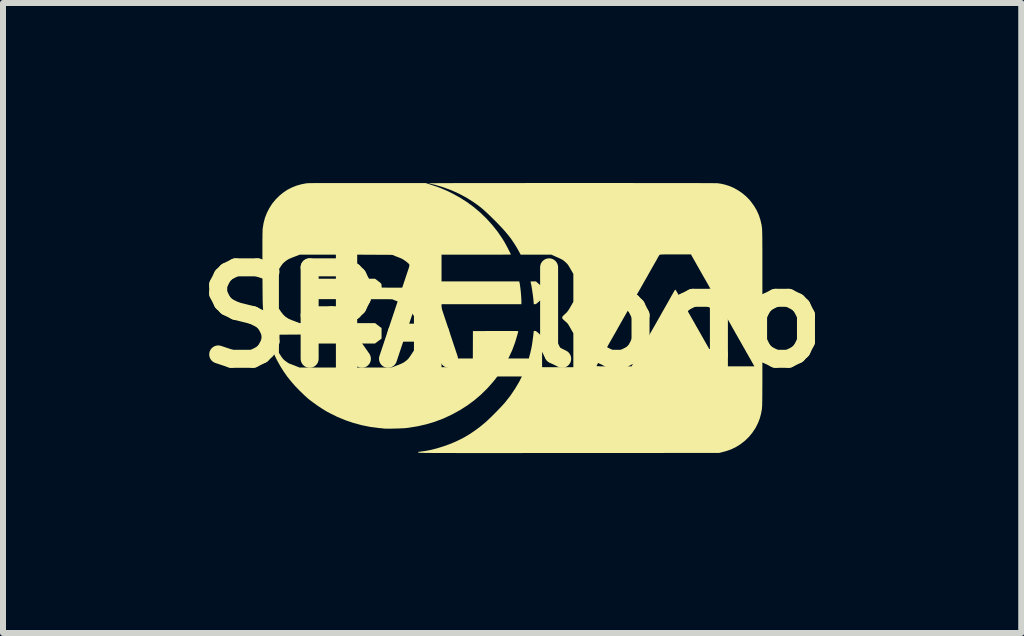
<source format=kicad_pcb>
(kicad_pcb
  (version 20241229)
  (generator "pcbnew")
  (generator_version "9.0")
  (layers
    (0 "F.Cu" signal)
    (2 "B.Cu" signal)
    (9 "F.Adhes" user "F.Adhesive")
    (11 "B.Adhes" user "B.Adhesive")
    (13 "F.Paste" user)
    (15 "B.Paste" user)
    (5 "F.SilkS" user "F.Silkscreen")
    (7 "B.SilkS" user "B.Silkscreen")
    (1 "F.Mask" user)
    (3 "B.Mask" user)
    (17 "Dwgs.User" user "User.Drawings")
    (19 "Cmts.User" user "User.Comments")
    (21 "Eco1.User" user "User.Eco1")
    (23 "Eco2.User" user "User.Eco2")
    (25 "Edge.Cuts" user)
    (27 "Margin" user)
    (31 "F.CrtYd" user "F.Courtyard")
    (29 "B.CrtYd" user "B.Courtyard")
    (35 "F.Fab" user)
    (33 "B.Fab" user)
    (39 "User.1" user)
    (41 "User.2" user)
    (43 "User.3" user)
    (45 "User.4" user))
  (footprint "SRA_logo"
    (layer "F.Cu")
    (at 5.486 2.241)
    (property "Reference" "SRA_logo" (at 0 0 0) (layer "F.SilkS") (effects (font (size 1.524 1.524) (thickness 0.3))))
    (attr board_only exclude_from_pos_files exclude_from_bom)
    (fp_poly (pts (xy 0.398 -0.6) (xy 0.449 -0.555) (xy 0.5 -0.51) (xy 0.5 -0.311) (xy 0.449 -0.266) (xy 0.428 -0.247) (xy 0.412 -0.234) (xy 0.401 -0.226) (xy 0.392 -0.222) (xy 0.384 -0.22) (xy 0.38 -0.22) (xy 0.362 -0.22) (xy 0.358 -0.261) (xy 0.355 -0.296) (xy 0.351 -0.334) (xy 0.346 -0.374) (xy 0.34 -0.415) (xy 0.334 -0.456) (xy 0.328 -0.494) (xy 0.322 -0.528) (xy 0.316 -0.557) (xy 0.311 -0.579) (xy 0.308 -0.592) (xy 0.307 -0.596) (xy 0.31 -0.598) (xy 0.318 -0.6) (xy 0.333 -0.6) (xy 0.351 -0.6)) (stroke (width 0) (type solid)) (fill yes) (layer "F.SilkS"))
    (fp_poly (pts (xy -2.676 -2.24) (xy -2.562 -2.24) (xy -2.439 -2.24) (xy -2.401 -2.24) (xy -1.438 -2.239) (xy -1.363 -2.215) (xy -1.294 -2.192) (xy -1.233 -2.171) (xy -1.175 -2.149) (xy -1.12 -2.125) (xy -1.063 -2.1) (xy -1.003 -2.07) (xy -1.001 -2.069) (xy -0.876 -2.001) (xy -0.756 -1.925) (xy -0.641 -1.841) (xy -0.532 -1.749) (xy -0.429 -1.65) (xy -0.333 -1.544) (xy -0.244 -1.433) (xy -0.164 -1.316) (xy -0.124 -1.251) (xy -0.115 -1.234) (xy -0.103 -1.213) (xy -0.09 -1.188) (xy -0.076 -1.162) (xy -0.062 -1.135) (xy -0.049 -1.109) (xy -0.037 -1.086) (xy -0.028 -1.067) (xy -0.022 -1.054) (xy -0.02 -1.048) (xy -0.025 -1.048) (xy -0.039 -1.048) (xy -0.062 -1.047) (xy -0.093 -1.047) (xy -0.132 -1.047) (xy -0.178 -1.046) (xy -0.23 -1.046) (xy -0.287 -1.046) (xy -0.35 -1.046) (xy -0.416 -1.046) (xy -0.487 -1.046) (xy -0.561 -1.046) (xy -0.598 -1.046) (xy -1.176 -1.046) (xy -1.176 -0.6) (xy 0.12 -0.6) (xy 0.122 -0.589) (xy 0.129 -0.554) (xy 0.135 -0.512) (xy 0.141 -0.465) (xy 0.146 -0.416) (xy 0.15 -0.367) (xy 0.153 -0.322) (xy 0.155 -0.282) (xy 0.155 -0.266) (xy 0.155 -0.22) (xy -1.176 -0.22) (xy -1.176 0.83) (xy -0.655 0.83) (xy -0.654 0.529) (xy -0.653 0.228) (xy -0.274 0.226) (xy -0.203 0.226) (xy -0.142 0.226) (xy -0.089 0.226) (xy -0.044 0.226) (xy -0.007 0.226) (xy 0.023 0.226) (xy 0.048 0.226) (xy 0.067 0.227) (xy 0.081 0.228) (xy 0.091 0.228) (xy 0.098 0.229) (xy 0.101 0.23) (xy 0.103 0.232) (xy 0.103 0.233) (xy 0.103 0.234) (xy 0.101 0.242) (xy 0.097 0.258) (xy 0.091 0.278) (xy 0.087 0.293) (xy 0.049 0.42) (xy 0.002 0.546) (xy -0.055 0.669) (xy -0.119 0.79) (xy -0.191 0.906) (xy -0.271 1.017) (xy -0.32 1.078) (xy -0.416 1.186) (xy -0.519 1.287) (xy -0.628 1.38) (xy -0.743 1.465) (xy -0.865 1.543) (xy -0.994 1.614) (xy -1.016 1.625) (xy -1.15 1.687) (xy -1.288 1.739) (xy -1.428 1.781) (xy -1.572 1.814) (xy -1.719 1.838) (xy -1.767 1.844) (xy -1.79 1.846) (xy -1.819 1.848) (xy -1.854 1.849) (xy -1.893 1.851) (xy -1.933 1.852) (xy -1.974 1.853) (xy -2.014 1.854) (xy -2.05 1.854) (xy -2.081 1.854) (xy -2.106 1.854) (xy -2.123 1.853) (xy -2.124 1.853) (xy -2.136 1.852) (xy -2.155 1.85) (xy -2.18 1.847) (xy -2.208 1.845) (xy -2.223 1.843) (xy -2.364 1.825) (xy -2.503 1.797) (xy -2.642 1.76) (xy -2.778 1.714) (xy -2.911 1.659) (xy -3.038 1.596) (xy -3.087 1.57) (xy -3.129 1.545) (xy -3.176 1.515) (xy -3.225 1.483) (xy -3.274 1.449) (xy -3.321 1.415) (xy -3.362 1.384) (xy -3.377 1.373) (xy -3.4 1.354) (xy -3.428 1.329) (xy -3.459 1.301) (xy -3.491 1.27) (xy -3.523 1.239) (xy -3.545 1.218) (xy -3.62 1.14) (xy -3.687 1.063) (xy -3.749 0.985) (xy -3.806 0.904) (xy -3.86 0.818) (xy -3.873 0.795) (xy -3.914 0.722) (xy -3.953 0.644) (xy -3.977 0.59) (xy -3.887 0.59) (xy -3.853 0.643) (xy -3.835 0.67) (xy -3.818 0.691) (xy -3.802 0.707) (xy -3.79 0.718) (xy -3.765 0.736) (xy -3.746 0.75) (xy -3.731 0.76) (xy -3.718 0.767) (xy -3.706 0.772) (xy -3.697 0.775) (xy -3.682 0.781) (xy -3.66 0.789) (xy -3.635 0.799) (xy -3.608 0.809) (xy -3.607 0.81) (xy -3.545 0.835) (xy -3.241 0.835) (xy -2.937 0.835) (xy -2.937 0.435) (xy -3.265 0.435) (xy -3.315 0.397) (xy -3.334 0.382) (xy -3.351 0.369) (xy -3.364 0.358) (xy -3.371 0.352) (xy -3.371 0.351) (xy -3.374 0.342) (xy -3.376 0.327) (xy -3.377 0.314) (xy -3.377 0.285) (xy -3.631 0.286) (xy -3.885 0.288) (xy -3.886 0.439) (xy -3.887 0.59) (xy -3.977 0.59) (xy -3.988 0.566) (xy -4.02 0.487) (xy -4.047 0.411) (xy -4.069 0.339) (xy -4.082 0.283) (xy -4.088 0.259) (xy -4.093 0.238) (xy -4.098 0.221) (xy -4.1 0.215) (xy -4.105 0.199) (xy -4.11 0.175) (xy -4.116 0.144) (xy -4.122 0.11) (xy -4.128 0.074) (xy -4.133 0.038) (xy -4.135 0.021) (xy -4.139 -0.008) (xy -4.142 -0.035) (xy -4.145 -0.061) (xy -4.147 -0.085) (xy -4.149 -0.11) (xy -4.151 -0.134) (xy -4.153 -0.16) (xy -4.154 -0.187) (xy -4.156 -0.217) (xy -4.157 -0.25) (xy -4.158 -0.287) (xy -4.158 -0.328) (xy -4.159 -0.374) (xy -4.159 -0.426) (xy -4.16 -0.484) (xy -4.16 -0.55) (xy -4.161 -0.623) (xy -4.161 -0.705) (xy -4.161 -0.796) (xy -4.161 -0.802) (xy -3.887 -0.802) (xy -3.887 -0.475) (xy -3.887 -0.148) (xy -3.854 -0.097) (xy -3.817 -0.049) (xy -3.776 -0.01) (xy -3.73 0.02) (xy -3.685 0.04) (xy -3.67 0.046) (xy -3.649 0.054) (xy -3.624 0.063) (xy -3.602 0.072) (xy -3.545 0.094) (xy -3.241 0.095) (xy -2.937 0.095) (xy -2.937 -0.305) (xy -3.267 -0.305) (xy -3.268 -0.305) (xy -2.582 -0.305) (xy -2.582 0.095) (xy -2.283 0.095) (xy -2.246 0.124) (xy -2.227 0.138) (xy -2.21 0.152) (xy -2.196 0.162) (xy -2.193 0.164) (xy -2.176 0.176) (xy -2.176 0.264) (xy -2.176 0.353) (xy -2.231 0.394) (xy -2.285 0.435) (xy -2.582 0.435) (xy -2.582 0.835) (xy -2.294 0.835) (xy -2.231 0.835) (xy -2.178 0.835) (xy -2.133 0.835) (xy -2.096 0.835) (xy -2.066 0.834) (xy -2.042 0.834) (xy -2.024 0.833) (xy -2.01 0.832) (xy -2 0.831) (xy -1.993 0.829) (xy -1.99 0.828) (xy -1.979 0.824) (xy -1.961 0.816) (xy -1.939 0.808) (xy -1.919 0.8) (xy -1.884 0.787) (xy -1.856 0.775) (xy -1.834 0.765) (xy -1.816 0.756) (xy -1.799 0.746) (xy -1.782 0.734) (xy -1.77 0.724) (xy -1.754 0.712) (xy -1.741 0.7) (xy -1.729 0.687) (xy -1.716 0.671) (xy -1.702 0.65) (xy -1.683 0.623) (xy -1.683 0.622) (xy -1.636 0.551) (xy -1.636 0.264) (xy -1.636 -0.023) (xy -1.676 -0.083) (xy -1.694 -0.11) (xy -1.708 -0.131) (xy -1.718 -0.146) (xy -1.728 -0.158) (xy -1.736 -0.167) (xy -1.746 -0.176) (xy -1.758 -0.186) (xy -1.772 -0.197) (xy -1.791 -0.211) (xy -1.807 -0.222) (xy -1.823 -0.231) (xy -1.843 -0.24) (xy -1.866 -0.25) (xy -1.897 -0.262) (xy -1.899 -0.263) (xy -1.922 -0.272) (xy -1.948 -0.282) (xy -1.966 -0.289) (xy -1.999 -0.303) (xy -2.29 -0.304) (xy -2.582 -0.305) (xy -3.268 -0.305) (xy -3.319 -0.345) (xy -3.339 -0.361) (xy -3.355 -0.375) (xy -3.368 -0.386) (xy -3.374 -0.393) (xy -3.374 -0.393) (xy -3.375 -0.401) (xy -3.376 -0.416) (xy -3.377 -0.438) (xy -3.377 -0.464) (xy -3.377 -0.478) (xy -3.377 -0.508) (xy -3.377 -0.53) (xy -3.374 -0.547) (xy -3.37 -0.56) (xy -3.361 -0.571) (xy -3.348 -0.583) (xy -3.329 -0.597) (xy -3.312 -0.61) (xy -3.266 -0.645) (xy -2.937 -0.645) (xy -2.937 -1.046) (xy -3.54 -1.046) (xy -3.635 -1.009) (xy -3.669 -0.996) (xy -3.695 -0.985) (xy -3.716 -0.976) (xy -3.733 -0.967) (xy -3.748 -0.958) (xy -3.764 -0.947) (xy -3.774 -0.939) (xy -3.792 -0.925) (xy -3.807 -0.912) (xy -3.82 -0.899) (xy -3.833 -0.883) (xy -3.848 -0.862) (xy -3.865 -0.836) (xy -3.869 -0.83) (xy -3.887 -0.802) (xy -4.161 -0.802) (xy -4.161 -0.82) (xy -4.162 -0.922) (xy -4.162 -1.014) (xy -4.162 -1.046) (xy -2.582 -1.046) (xy -2.582 -0.645) (xy -2.285 -0.645) (xy -2.247 -0.617) (xy -2.222 -0.597) (xy -2.203 -0.583) (xy -2.191 -0.572) (xy -2.183 -0.563) (xy -2.178 -0.554) (xy -2.177 -0.546) (xy -2.176 -0.535) (xy -2.176 -0.531) (xy -2.176 -0.514) (xy -2.174 -0.503) (xy -2.173 -0.499) (xy -2.167 -0.498) (xy -2.153 -0.497) (xy -2.13 -0.497) (xy -2.1 -0.497) (xy -2.064 -0.496) (xy -2.023 -0.496) (xy -1.977 -0.496) (xy -1.927 -0.496) (xy -1.904 -0.496) (xy -1.638 -0.498) (xy -1.637 -0.629) (xy -1.636 -0.761) (xy -1.673 -0.817) (xy -1.687 -0.839) (xy -1.7 -0.858) (xy -1.709 -0.874) (xy -1.715 -0.884) (xy -1.716 -0.884) (xy -1.724 -0.896) (xy -1.74 -0.91) (xy -1.76 -0.927) (xy -1.783 -0.944) (xy -1.807 -0.96) (xy -1.829 -0.974) (xy -1.849 -0.984) (xy -1.852 -0.985) (xy -1.872 -0.993) (xy -1.898 -1.003) (xy -1.926 -1.014) (xy -1.944 -1.021) (xy -1.999 -1.043) (xy -2.582 -1.046) (xy -4.162 -1.046) (xy -4.162 -1.097) (xy -4.162 -1.171) (xy -4.162 -1.236) (xy -4.162 -1.293) (xy -4.161 -1.342) (xy -4.161 -1.383) (xy -4.16 -1.417) (xy -4.159 -1.444) (xy -4.159 -1.464) (xy -4.158 -1.479) (xy -4.157 -1.481) (xy -4.143 -1.571) (xy -4.12 -1.659) (xy -4.087 -1.743) (xy -4.046 -1.823) (xy -3.997 -1.899) (xy -3.939 -1.969) (xy -3.874 -2.033) (xy -3.811 -2.084) (xy -3.745 -2.128) (xy -3.672 -2.165) (xy -3.595 -2.196) (xy -3.515 -2.219) (xy -3.437 -2.234) (xy -3.415 -2.237) (xy -3.403 -2.237) (xy -3.382 -2.238) (xy -3.351 -2.238) (xy -3.31 -2.239) (xy -3.261 -2.239) (xy -3.202 -2.24) (xy -3.135 -2.24) (xy -3.06 -2.24) (xy -2.976 -2.24) (xy -2.884 -2.24) (xy -2.784 -2.24)) (stroke (width 0) (type solid)) (fill yes) (layer "F.SilkS"))
    (fp_poly (pts (xy 1.263 -2.241) (xy 1.396 -2.241) (xy 1.528 -2.241) (xy 1.659 -2.241) (xy 1.788 -2.241) (xy 1.915 -2.241) (xy 2.039 -2.24) (xy 2.16 -2.24) (xy 2.278 -2.24) (xy 2.393 -2.24) (xy 2.503 -2.24) (xy 2.609 -2.24) (xy 2.711 -2.24) (xy 2.807 -2.239) (xy 2.898 -2.239) (xy 2.983 -2.239) (xy 3.062 -2.239) (xy 3.134 -2.239) (xy 3.199 -2.238) (xy 3.257 -2.238) (xy 3.308 -2.238) (xy 3.35 -2.238) (xy 3.384 -2.237) (xy 3.409 -2.237) (xy 3.425 -2.237) (xy 3.431 -2.236) (xy 3.49 -2.227) (xy 3.553 -2.212) (xy 3.616 -2.192) (xy 3.675 -2.168) (xy 3.712 -2.15) (xy 3.779 -2.111) (xy 3.843 -2.066) (xy 3.902 -2.016) (xy 3.954 -1.963) (xy 3.977 -1.936) (xy 4.031 -1.862) (xy 4.076 -1.787) (xy 4.112 -1.708) (xy 4.139 -1.626) (xy 4.159 -1.539) (xy 4.162 -1.516) (xy 4.163 -1.509) (xy 4.164 -1.502) (xy 4.165 -1.495) (xy 4.166 -1.487) (xy 4.167 -1.478) (xy 4.167 -1.467) (xy 4.168 -1.455) (xy 4.168 -1.441) (xy 4.169 -1.424) (xy 4.169 -1.404) (xy 4.17 -1.38) (xy 4.17 -1.354) (xy 4.171 -1.323) (xy 4.171 -1.288) (xy 4.171 -1.248) (xy 4.171 -1.204) (xy 4.172 -1.154) (xy 4.172 -1.098) (xy 4.172 -1.036) (xy 4.172 -0.968) (xy 4.172 -0.893) (xy 4.172 -0.811) (xy 4.172 -0.721) (xy 4.172 -0.623) (xy 4.172 -0.518) (xy 4.172 -0.404) (xy 4.172 -0.28) (xy 4.172 -0.148) (xy 4.172 -0.006) (xy 4.172 0.01) (xy 4.172 0.153) (xy 4.172 0.287) (xy 4.172 0.411) (xy 4.172 0.527) (xy 4.172 0.633) (xy 4.172 0.732) (xy 4.172 0.823) (xy 4.172 0.906) (xy 4.172 0.982) (xy 4.172 1.051) (xy 4.172 1.114) (xy 4.171 1.17) (xy 4.171 1.221) (xy 4.171 1.266) (xy 4.171 1.307) (xy 4.17 1.342) (xy 4.17 1.373) (xy 4.17 1.401) (xy 4.169 1.424) (xy 4.169 1.445) (xy 4.168 1.462) (xy 4.168 1.477) (xy 4.167 1.489) (xy 4.166 1.5) (xy 4.166 1.509) (xy 4.165 1.517) (xy 4.164 1.524) (xy 4.163 1.531) (xy 4.163 1.533) (xy 4.148 1.612) (xy 4.128 1.685) (xy 4.101 1.756) (xy 4.066 1.826) (xy 4.051 1.853) (xy 4.002 1.925) (xy 3.947 1.992) (xy 3.883 2.054) (xy 3.87 2.065) (xy 3.8 2.118) (xy 3.727 2.163) (xy 3.65 2.2) (xy 3.566 2.229) (xy 3.499 2.247) (xy 3.45 2.259) (xy 0.948 2.26) (xy 0.759 2.26) (xy 0.58 2.26) (xy 0.41 2.26) (xy 0.25 2.26) (xy 0.098 2.261) (xy -0.044 2.261) (xy -0.179 2.261) (xy -0.305 2.261) (xy -0.423 2.261) (xy -0.533 2.261) (xy -0.636 2.261) (xy -0.732 2.261) (xy -0.821 2.261) (xy -0.904 2.261) (xy -0.98 2.26) (xy -1.05 2.26) (xy -1.114 2.26) (xy -1.172 2.26) (xy -1.225 2.26) (xy -1.273 2.26) (xy -1.316 2.26) (xy -1.355 2.259) (xy -1.389 2.259) (xy -1.419 2.259) (xy -1.446 2.259) (xy -1.469 2.258) (xy -1.488 2.258) (xy -1.505 2.257) (xy -1.519 2.257) (xy -1.53 2.257) (xy -1.539 2.256) (xy -1.547 2.256) (xy -1.552 2.255) (xy -1.556 2.255) (xy -1.559 2.254) (xy -1.561 2.253) (xy -1.562 2.253) (xy -1.563 2.252) (xy -1.563 2.252) (xy -1.567 2.246) (xy -1.567 2.243) (xy -1.56 2.241) (xy -1.545 2.239) (xy -1.543 2.239) (xy -1.447 2.226) (xy -1.347 2.207) (xy -1.244 2.18) (xy -1.141 2.148) (xy -1.039 2.111) (xy -0.94 2.07) (xy -0.845 2.024) (xy -0.794 1.997) (xy -0.707 1.945) (xy -0.62 1.886) (xy -0.536 1.824) (xy -0.457 1.759) (xy -0.436 1.741) (xy -0.41 1.717) (xy -0.38 1.688) (xy -0.346 1.656) (xy -0.311 1.621) (xy -0.274 1.584) (xy -0.238 1.547) (xy -0.204 1.512) (xy -0.173 1.479) (xy -0.146 1.45) (xy -0.125 1.426) (xy -0.118 1.418) (xy -0.029 1.305) (xy 0.05 1.188) (xy 0.121 1.068) (xy 0.182 0.944) (xy 0.235 0.815) (xy 0.279 0.682) (xy 0.289 0.645) (xy 0.302 0.597) (xy 0.313 0.55) (xy 0.323 0.504) (xy 0.332 0.456) (xy 0.339 0.405) (xy 0.347 0.348) (xy 0.355 0.284) (xy 0.358 0.254) (xy 0.361 0.225) (xy 0.38 0.225) (xy 0.388 0.226) (xy 0.397 0.229) (xy 0.407 0.235) (xy 0.42 0.245) (xy 0.438 0.26) (xy 0.449 0.27) (xy 0.5 0.316) (xy 0.5 0.83) (xy 1.021 0.83) (xy 1.021 0.809) (xy 1.408 0.809) (xy 1.409 0.81) (xy 1.413 0.812) (xy 1.421 0.813) (xy 1.432 0.813) (xy 1.447 0.814) (xy 1.469 0.815) (xy 1.496 0.815) (xy 1.53 0.815) (xy 1.572 0.815) (xy 1.622 0.815) (xy 1.681 0.815) (xy 1.698 0.815) (xy 1.991 0.815) (xy 2.128 0.574) (xy 2.173 0.495) (xy 2.218 0.416) (xy 2.263 0.336) (xy 2.307 0.258) (xy 2.351 0.181) (xy 2.393 0.108) (xy 2.433 0.037) (xy 2.471 -0.03) (xy 2.505 -0.091) (xy 2.537 -0.147) (xy 2.565 -0.196) (xy 2.589 -0.238) (xy 2.604 -0.265) (xy 2.625 -0.302) (xy 2.641 -0.331) (xy 2.654 -0.354) (xy 2.665 -0.373) (xy 2.674 -0.389) (xy 2.682 -0.403) (xy 2.69 -0.418) (xy 2.699 -0.434) (xy 2.703 -0.439) (xy 2.712 -0.454) (xy 2.718 -0.461) (xy 2.723 -0.461) (xy 2.724 -0.46) (xy 2.729 -0.454) (xy 2.737 -0.441) (xy 2.748 -0.422) (xy 2.761 -0.4) (xy 2.765 -0.394) (xy 2.773 -0.379) (xy 2.786 -0.356) (xy 2.802 -0.326) (xy 2.823 -0.291) (xy 2.845 -0.25) (xy 2.871 -0.205) (xy 2.898 -0.158) (xy 2.926 -0.108) (xy 2.955 -0.056) (xy 2.963 -0.043) (xy 2.996 0.016) (xy 3.032 0.078) (xy 3.068 0.143) (xy 3.106 0.209) (xy 3.143 0.274) (xy 3.178 0.336) (xy 3.211 0.394) (xy 3.241 0.447) (xy 3.257 0.475) (xy 3.282 0.52) (xy 3.306 0.562) (xy 3.329 0.602) (xy 3.349 0.638) (xy 3.367 0.668) (xy 3.381 0.694) (xy 3.392 0.712) (xy 3.398 0.724) (xy 3.399 0.725) (xy 3.408 0.742) (xy 3.42 0.762) (xy 3.431 0.782) (xy 3.45 0.815) (xy 3.744 0.815) (xy 4.038 0.815) (xy 4.024 0.789) (xy 4.013 0.771) (xy 4.001 0.749) (xy 3.99 0.728) (xy 3.98 0.711) (xy 3.973 0.697) (xy 3.968 0.689) (xy 3.967 0.688) (xy 3.964 0.682) (xy 3.956 0.669) (xy 3.945 0.65) (xy 3.932 0.626) (xy 3.916 0.599) (xy 3.908 0.585) (xy 3.893 0.558) (xy 3.874 0.524) (xy 3.851 0.484) (xy 3.827 0.441) (xy 3.802 0.397) (xy 3.776 0.352) (xy 3.753 0.311) (xy 3.731 0.273) (xy 3.711 0.237) (xy 3.693 0.205) (xy 3.677 0.178) (xy 3.665 0.156) (xy 3.657 0.141) (xy 3.653 0.133) (xy 3.652 0.132) (xy 3.65 0.127) (xy 3.643 0.116) (xy 3.634 0.1) (xy 3.628 0.089) (xy 3.621 0.077) (xy 3.609 0.057) (xy 3.594 0.03) (xy 3.575 -0.002) (xy 3.554 -0.04) (xy 3.53 -0.081) (xy 3.505 -0.125) (xy 3.479 -0.172) (xy 3.464 -0.198) (xy 3.439 -0.243) (xy 3.414 -0.286) (xy 3.392 -0.326) (xy 3.372 -0.361) (xy 3.354 -0.391) (xy 3.34 -0.416) (xy 3.33 -0.434) (xy 3.324 -0.445) (xy 3.322 -0.448) (xy 3.318 -0.454) (xy 3.311 -0.467) (xy 3.302 -0.484) (xy 3.301 -0.485) (xy 3.292 -0.502) (xy 3.279 -0.525) (xy 3.263 -0.554) (xy 3.242 -0.59) (xy 3.218 -0.633) (xy 3.189 -0.683) (xy 3.156 -0.741) (xy 3.119 -0.807) (xy 3.082 -0.872) (xy 2.981 -1.051) (xy 2.724 -1.051) (xy 2.664 -1.051) (xy 2.613 -1.05) (xy 2.57 -1.05) (xy 2.536 -1.05) (xy 2.509 -1.049) (xy 2.489 -1.048) (xy 2.474 -1.047) (xy 2.465 -1.046) (xy 2.461 -1.044) (xy 2.461 -1.044) (xy 2.456 -1.04) (xy 2.451 -1.033) (xy 2.443 -1.021) (xy 2.433 -1.003) (xy 2.419 -0.979) (xy 2.418 -0.976) (xy 2.41 -0.961) (xy 2.398 -0.94) (xy 2.382 -0.913) (xy 2.364 -0.881) (xy 2.343 -0.844) (xy 2.321 -0.805) (xy 2.297 -0.763) (xy 2.273 -0.72) (xy 2.249 -0.677) (xy 2.225 -0.635) (xy 2.201 -0.594) (xy 2.18 -0.556) (xy 2.16 -0.522) (xy 2.144 -0.492) (xy 2.13 -0.468) (xy 2.12 -0.451) (xy 2.114 -0.441) (xy 2.114 -0.44) (xy 2.102 -0.42) (xy 2.089 -0.397) (xy 2.081 -0.383) (xy 2.075 -0.371) (xy 2.064 -0.352) (xy 2.05 -0.327) (xy 2.033 -0.297) (xy 2.014 -0.263) (xy 1.994 -0.228) (xy 1.984 -0.21) (xy 1.944 -0.141) (xy 1.91 -0.08) (xy 1.88 -0.027) (xy 1.853 0.019) (xy 1.831 0.059) (xy 1.811 0.093) (xy 1.795 0.122) (xy 1.782 0.146) (xy 1.77 0.166) (xy 1.761 0.182) (xy 1.754 0.195) (xy 1.748 0.206) (xy 1.743 0.215) (xy 1.739 0.222) (xy 1.738 0.223) (xy 1.727 0.244) (xy 1.712 0.269) (xy 1.698 0.294) (xy 1.694 0.3) (xy 1.682 0.322) (xy 1.67 0.343) (xy 1.66 0.36) (xy 1.657 0.365) (xy 1.652 0.374) (xy 1.643 0.391) (xy 1.629 0.414) (xy 1.613 0.443) (xy 1.594 0.477) (xy 1.572 0.515) (xy 1.549 0.556) (xy 1.528 0.593) (xy 1.504 0.635) (xy 1.482 0.674) (xy 1.462 0.71) (xy 1.444 0.742) (xy 1.429 0.768) (xy 1.418 0.788) (xy 1.411 0.802) (xy 1.408 0.807) (xy 1.408 0.809) (xy 1.021 0.809) (xy 1.021 0.264) (xy 0.999 0.226) (xy 0.987 0.205) (xy 0.975 0.184) (xy 0.966 0.168) (xy 0.964 0.165) (xy 0.95 0.139) (xy 0.938 0.12) (xy 0.928 0.106) (xy 0.919 0.095) (xy 0.908 0.084) (xy 0.906 0.083) (xy 0.881 0.061) (xy 0.863 0.044) (xy 0.85 0.032) (xy 0.842 0.023) (xy 0.838 0.015) (xy 0.836 0.009) (xy 0.835 0.002) (xy 0.835 0.002) (xy 0.836 -0.005) (xy 0.84 -0.013) (xy 0.847 -0.023) (xy 0.859 -0.035) (xy 0.877 -0.052) (xy 0.882 -0.057) (xy 0.9 -0.073) (xy 0.914 -0.087) (xy 0.925 -0.101) (xy 0.936 -0.116) (xy 0.948 -0.134) (xy 0.963 -0.159) (xy 0.975 -0.18) (xy 1.021 -0.26) (xy 1.021 -0.725) (xy 0.975 -0.805) (xy 0.958 -0.834) (xy 0.945 -0.856) (xy 0.934 -0.873) (xy 0.924 -0.887) (xy 0.912 -0.899) (xy 0.899 -0.912) (xy 0.886 -0.924) (xy 0.87 -0.938) (xy 0.856 -0.949) (xy 0.843 -0.958) (xy 0.828 -0.967) (xy 0.809 -0.977) (xy 0.785 -0.988) (xy 0.754 -1.002) (xy 0.748 -1.004) (xy 0.655 -1.046) (xy 0.143 -1.046) (xy 0.121 -1.087) (xy 0.087 -1.148) (xy 0.053 -1.205) (xy 0.017 -1.26) (xy -0.02 -1.314) (xy -0.061 -1.367) (xy -0.106 -1.421) (xy -0.156 -1.478) (xy -0.212 -1.537) (xy -0.275 -1.602) (xy -0.292 -1.619) (xy -0.344 -1.67) (xy -0.39 -1.715) (xy -0.432 -1.754) (xy -0.47 -1.789) (xy -0.506 -1.82) (xy -0.542 -1.849) (xy -0.578 -1.876) (xy -0.615 -1.902) (xy -0.643 -1.922) (xy -0.762 -1.997) (xy -0.886 -2.063) (xy -1.015 -2.121) (xy -1.149 -2.17) (xy -1.286 -2.211) (xy -1.396 -2.236) (xy -1.393 -2.236) (xy -1.38 -2.236) (xy -1.358 -2.237) (xy -1.327 -2.237) (xy -1.287 -2.237) (xy -1.24 -2.238) (xy -1.184 -2.238) (xy -1.121 -2.238) (xy -1.051 -2.238) (xy -0.975 -2.239) (xy -0.892 -2.239) (xy -0.803 -2.239) (xy -0.708 -2.239) (xy -0.608 -2.24) (xy -0.504 -2.24) (xy -0.395 -2.24) (xy -0.282 -2.24) (xy -0.165 -2.24) (xy -0.044 -2.24) (xy 0.079 -2.24) (xy 0.205 -2.24) (xy 0.333 -2.241) (xy 0.463 -2.241) (xy 0.595 -2.241) (xy 0.728 -2.241) (xy 0.861 -2.241) (xy 0.995 -2.241) (xy 1.129 -2.241)) (stroke (width 0) (type solid)) (fill yes) (layer "F.SilkS")))
  (gr_rect
    (start -3 -3)
    (end 13.973 7.501)
    (stroke (width 0.1) (type default))
    (fill no)
    (layer "Edge.Cuts")))
</source>
